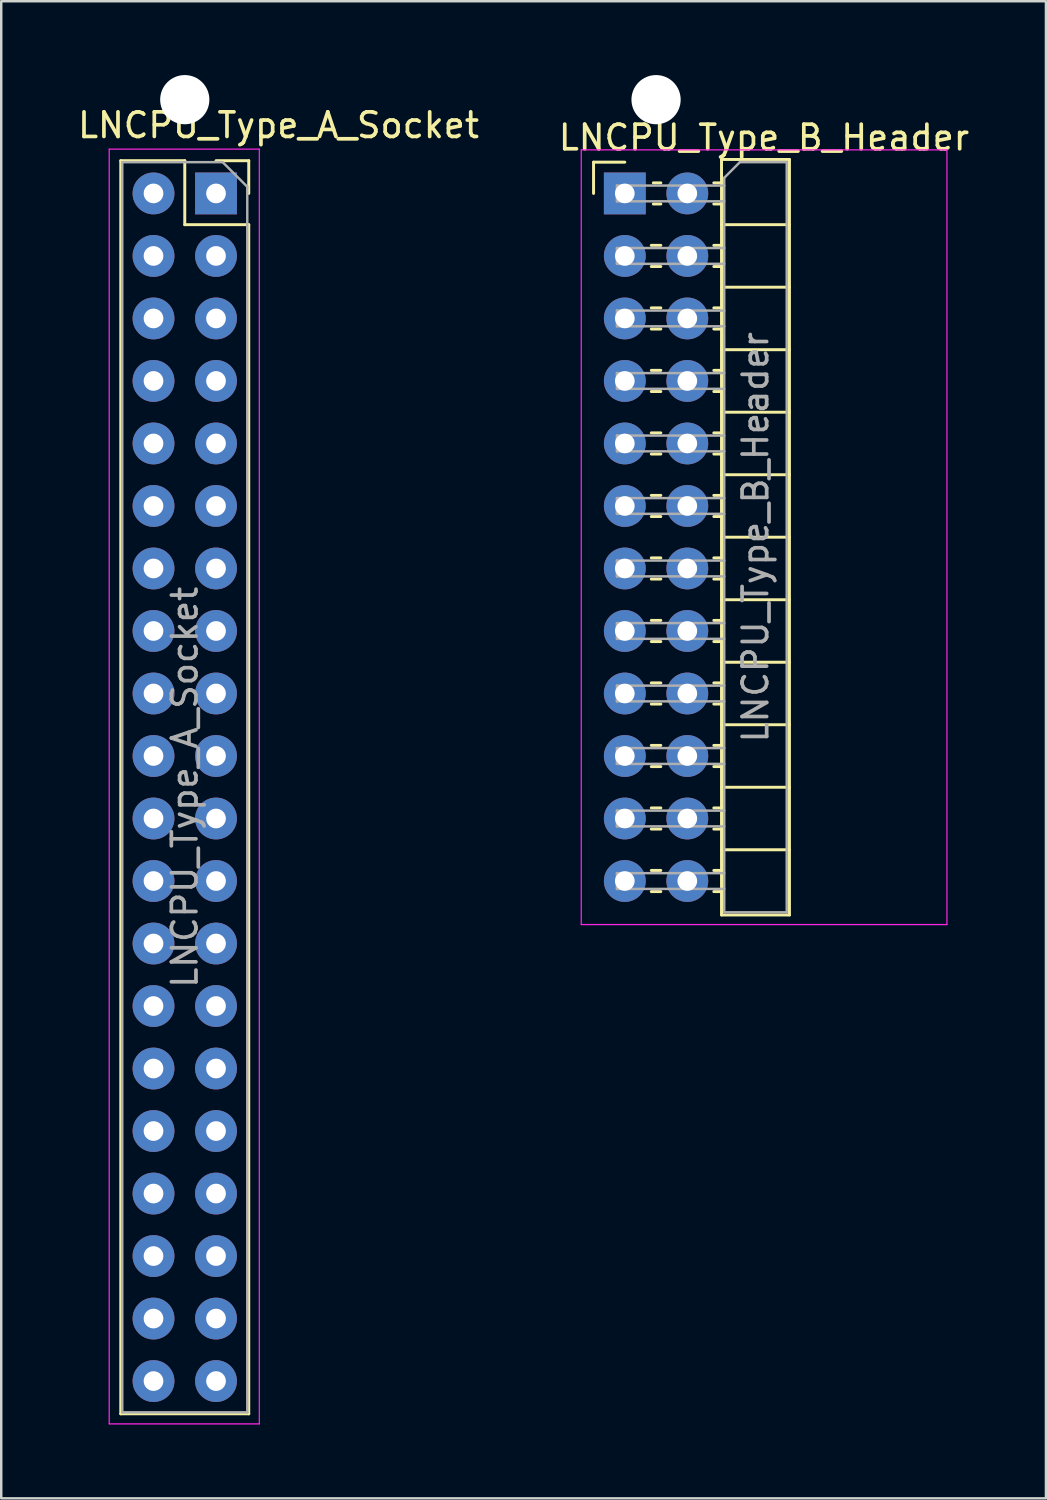
<source format=kicad_pcb>
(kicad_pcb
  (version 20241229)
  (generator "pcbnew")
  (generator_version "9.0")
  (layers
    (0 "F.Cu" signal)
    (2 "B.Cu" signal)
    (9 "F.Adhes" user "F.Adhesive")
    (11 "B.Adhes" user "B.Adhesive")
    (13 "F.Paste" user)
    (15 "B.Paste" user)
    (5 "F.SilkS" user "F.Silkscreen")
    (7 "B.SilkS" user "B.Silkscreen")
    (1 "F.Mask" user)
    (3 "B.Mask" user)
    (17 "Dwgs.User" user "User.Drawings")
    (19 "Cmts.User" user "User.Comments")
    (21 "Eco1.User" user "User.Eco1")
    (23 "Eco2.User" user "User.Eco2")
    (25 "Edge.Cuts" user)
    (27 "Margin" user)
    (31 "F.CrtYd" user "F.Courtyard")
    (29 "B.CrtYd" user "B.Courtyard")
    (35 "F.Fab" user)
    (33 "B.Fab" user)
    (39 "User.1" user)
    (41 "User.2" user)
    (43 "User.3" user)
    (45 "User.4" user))
  (footprint "LNCPU_Type_A_Socket"
    (layer "F.Cu")
    (at 5.728 4.81)
    (property "Reference" "LNCPU_Type_A_Socket" (at 2.54 -2.77 0) (layer "F.SilkS") (effects (font (size 1 1) (thickness 0.15))))
    (attr through_hole)
    (fp_line (start -3.87 -1.33) (end -3.87 49.59) (stroke (width 0.12) (type solid)) (layer "F.SilkS"))
    (fp_line (start -3.87 -1.33) (end -1.27 -1.33) (stroke (width 0.12) (type solid)) (layer "F.SilkS"))
    (fp_line (start -3.87 49.59) (end 1.33 49.59) (stroke (width 0.12) (type solid)) (layer "F.SilkS"))
    (fp_line (start -1.27 -1.33) (end -1.27 1.27) (stroke (width 0.12) (type solid)) (layer "F.SilkS"))
    (fp_line (start -1.27 1.27) (end 1.33 1.27) (stroke (width 0.12) (type solid)) (layer "F.SilkS"))
    (fp_line (start 0 -1.33) (end 1.33 -1.33) (stroke (width 0.12) (type solid)) (layer "F.SilkS"))
    (fp_line (start 1.33 -1.33) (end 1.33 0) (stroke (width 0.12) (type solid)) (layer "F.SilkS"))
    (fp_line (start 1.33 1.27) (end 1.33 49.59) (stroke (width 0.12) (type solid)) (layer "F.SilkS"))
    (fp_line (start -4.34 -1.8) (end 1.76 -1.8) (stroke (width 0.05) (type solid)) (layer "F.CrtYd"))
    (fp_line (start -4.34 50) (end -4.34 -1.8) (stroke (width 0.05) (type solid)) (layer "F.CrtYd"))
    (fp_line (start 1.76 -1.8) (end 1.76 50) (stroke (width 0.05) (type solid)) (layer "F.CrtYd"))
    (fp_line (start 1.76 50) (end -4.34 50) (stroke (width 0.05) (type solid)) (layer "F.CrtYd"))
    (fp_line (start -3.81 -1.27) (end 0.27 -1.27) (stroke (width 0.1) (type solid)) (layer "F.Fab"))
    (fp_line (start -3.81 49.53) (end -3.81 -1.27) (stroke (width 0.1) (type solid)) (layer "F.Fab"))
    (fp_line (start 0.27 -1.27) (end 1.27 -0.27) (stroke (width 0.1) (type solid)) (layer "F.Fab"))
    (fp_line (start 1.27 -0.27) (end 1.27 49.53) (stroke (width 0.1) (type solid)) (layer "F.Fab"))
    (fp_line (start 1.27 49.53) (end -3.81 49.53) (stroke (width 0.1) (type solid)) (layer "F.Fab"))
    (fp_text user "${REFERENCE}" (at -1.27 24.13 90) (layer "F.Fab") (effects (font (size 1 1) (thickness 0.15))))
    (pad "" np_thru_hole circle (at -1.27 -3.81) (size 2 2) (drill 2) (layers "*.Cu" "*.Mask"))
    (pad "1" thru_hole rect (at 0 0) (size 1.7 1.7) (drill 0.8) (layers "*.Cu" "*.Mask"))
    (pad "2" thru_hole oval (at -2.54 0) (size 1.7 1.7) (drill 0.8) (layers "*.Cu" "*.Mask"))
    (pad "3" thru_hole oval (at 0 2.54) (size 1.7 1.7) (drill 0.8) (layers "*.Cu" "*.Mask"))
    (pad "4" thru_hole oval (at -2.54 2.54) (size 1.7 1.7) (drill 0.8) (layers "*.Cu" "*.Mask"))
    (pad "5" thru_hole oval (at 0 5.08) (size 1.7 1.7) (drill 0.8) (layers "*.Cu" "*.Mask"))
    (pad "6" thru_hole oval (at -2.54 5.08) (size 1.7 1.7) (drill 0.8) (layers "*.Cu" "*.Mask"))
    (pad "7" thru_hole oval (at 0 7.62) (size 1.7 1.7) (drill 0.8) (layers "*.Cu" "*.Mask"))
    (pad "8" thru_hole oval (at -2.54 7.62) (size 1.7 1.7) (drill 0.8) (layers "*.Cu" "*.Mask"))
    (pad "9" thru_hole oval (at 0 10.16) (size 1.7 1.7) (drill 0.8) (layers "*.Cu" "*.Mask"))
    (pad "10" thru_hole oval (at -2.54 10.16) (size 1.7 1.7) (drill 0.8) (layers "*.Cu" "*.Mask"))
    (pad "11" thru_hole oval (at 0 12.7) (size 1.7 1.7) (drill 0.8) (layers "*.Cu" "*.Mask"))
    (pad "12" thru_hole oval (at -2.54 12.7) (size 1.7 1.7) (drill 0.8) (layers "*.Cu" "*.Mask"))
    (pad "13" thru_hole oval (at 0 15.24) (size 1.7 1.7) (drill 0.8) (layers "*.Cu" "*.Mask"))
    (pad "14" thru_hole oval (at -2.54 15.24) (size 1.7 1.7) (drill 0.8) (layers "*.Cu" "*.Mask"))
    (pad "15" thru_hole oval (at 0 17.78) (size 1.7 1.7) (drill 0.8) (layers "*.Cu" "*.Mask"))
    (pad "16" thru_hole oval (at -2.54 17.78) (size 1.7 1.7) (drill 0.8) (layers "*.Cu" "*.Mask"))
    (pad "17" thru_hole oval (at 0 20.32) (size 1.7 1.7) (drill 0.8) (layers "*.Cu" "*.Mask"))
    (pad "18" thru_hole oval (at -2.54 20.32) (size 1.7 1.7) (drill 0.8) (layers "*.Cu" "*.Mask"))
    (pad "19" thru_hole oval (at 0 22.86) (size 1.7 1.7) (drill 0.8) (layers "*.Cu" "*.Mask"))
    (pad "20" thru_hole oval (at -2.54 22.86) (size 1.7 1.7) (drill 0.8) (layers "*.Cu" "*.Mask"))
    (pad "21" thru_hole oval (at 0 25.4) (size 1.7 1.7) (drill 0.8) (layers "*.Cu" "*.Mask"))
    (pad "22" thru_hole oval (at -2.54 25.4) (size 1.7 1.7) (drill 0.8) (layers "*.Cu" "*.Mask"))
    (pad "23" thru_hole oval (at 0 27.94) (size 1.7 1.7) (drill 0.8) (layers "*.Cu" "*.Mask"))
    (pad "24" thru_hole oval (at -2.54 27.94) (size 1.7 1.7) (drill 0.8) (layers "*.Cu" "*.Mask"))
    (pad "25" thru_hole oval (at 0 30.48) (size 1.7 1.7) (drill 0.8) (layers "*.Cu" "*.Mask"))
    (pad "26" thru_hole oval (at -2.54 30.48) (size 1.7 1.7) (drill 0.8) (layers "*.Cu" "*.Mask"))
    (pad "27" thru_hole oval (at 0 33.02) (size 1.7 1.7) (drill 0.8) (layers "*.Cu" "*.Mask"))
    (pad "28" thru_hole oval (at -2.54 33.02) (size 1.7 1.7) (drill 0.8) (layers "*.Cu" "*.Mask"))
    (pad "29" thru_hole oval (at 0 35.56) (size 1.7 1.7) (drill 0.8) (layers "*.Cu" "*.Mask"))
    (pad "30" thru_hole oval (at -2.54 35.56) (size 1.7 1.7) (drill 0.8) (layers "*.Cu" "*.Mask"))
    (pad "31" thru_hole oval (at 0 38.1) (size 1.7 1.7) (drill 0.8) (layers "*.Cu" "*.Mask"))
    (pad "32" thru_hole oval (at -2.54 38.1) (size 1.7 1.7) (drill 0.8) (layers "*.Cu" "*.Mask"))
    (pad "33" thru_hole oval (at 0 40.64) (size 1.7 1.7) (drill 0.8) (layers "*.Cu" "*.Mask"))
    (pad "34" thru_hole oval (at -2.54 40.64) (size 1.7 1.7) (drill 0.8) (layers "*.Cu" "*.Mask"))
    (pad "35" thru_hole oval (at 0 43.18) (size 1.7 1.7) (drill 0.8) (layers "*.Cu" "*.Mask"))
    (pad "36" thru_hole oval (at -2.54 43.18) (size 1.7 1.7) (drill 0.8) (layers "*.Cu" "*.Mask"))
    (pad "37" thru_hole oval (at 0 45.72) (size 1.7 1.7) (drill 0.8) (layers "*.Cu" "*.Mask"))
    (pad "38" thru_hole oval (at -2.54 45.72) (size 1.7 1.7) (drill 0.8) (layers "*.Cu" "*.Mask"))
    (pad "39" thru_hole oval (at 0 48.26) (size 1.7 1.7) (drill 0.8) (layers "*.Cu" "*.Mask"))
    (pad "40" thru_hole oval (at -2.54 48.26) (size 1.7 1.7) (drill 0.8) (layers "*.Cu" "*.Mask")))
  (footprint "LNCPU_Type_B_Header"
    (layer "F.Cu")
    (at 22.339 4.81)
    (property "Reference" "LNCPU_Type_B_Header" (at 5.655 -2.27 0) (layer "F.SilkS") (effects (font (size 1 1) (thickness 0.15))))
    (attr through_hole)
    (fp_line (start -1.27 -1.27) (end 0 -1.27) (stroke (width 0.12) (type solid)) (layer "F.SilkS"))
    (fp_line (start -1.27 0) (end -1.27 -1.27) (stroke (width 0.12) (type solid)) (layer "F.SilkS"))
    (fp_line (start 1.077 2.11) (end 1.463 2.11) (stroke (width 0.12) (type solid)) (layer "F.SilkS"))
    (fp_line (start 1.077 2.97) (end 1.463 2.97) (stroke (width 0.12) (type solid)) (layer "F.SilkS"))
    (fp_line (start 1.077 4.65) (end 1.463 4.65) (stroke (width 0.12) (type solid)) (layer "F.SilkS"))
    (fp_line (start 1.077 5.51) (end 1.463 5.51) (stroke (width 0.12) (type solid)) (layer "F.SilkS"))
    (fp_line (start 1.077 7.19) (end 1.463 7.19) (stroke (width 0.12) (type solid)) (layer "F.SilkS"))
    (fp_line (start 1.077 8.05) (end 1.463 8.05) (stroke (width 0.12) (type solid)) (layer "F.SilkS"))
    (fp_line (start 1.077 9.73) (end 1.463 9.73) (stroke (width 0.12) (type solid)) (layer "F.SilkS"))
    (fp_line (start 1.077 10.59) (end 1.463 10.59) (stroke (width 0.12) (type solid)) (layer "F.SilkS"))
    (fp_line (start 1.077 12.27) (end 1.463 12.27) (stroke (width 0.12) (type solid)) (layer "F.SilkS"))
    (fp_line (start 1.077 13.13) (end 1.463 13.13) (stroke (width 0.12) (type solid)) (layer "F.SilkS"))
    (fp_line (start 1.077 14.81) (end 1.463 14.81) (stroke (width 0.12) (type solid)) (layer "F.SilkS"))
    (fp_line (start 1.077 15.67) (end 1.463 15.67) (stroke (width 0.12) (type solid)) (layer "F.SilkS"))
    (fp_line (start 1.077 17.35) (end 1.463 17.35) (stroke (width 0.12) (type solid)) (layer "F.SilkS"))
    (fp_line (start 1.077 18.21) (end 1.463 18.21) (stroke (width 0.12) (type solid)) (layer "F.SilkS"))
    (fp_line (start 1.077 19.89) (end 1.463 19.89) (stroke (width 0.12) (type solid)) (layer "F.SilkS"))
    (fp_line (start 1.077 20.75) (end 1.463 20.75) (stroke (width 0.12) (type solid)) (layer "F.SilkS"))
    (fp_line (start 1.077 22.43) (end 1.463 22.43) (stroke (width 0.12) (type solid)) (layer "F.SilkS"))
    (fp_line (start 1.077 23.29) (end 1.463 23.29) (stroke (width 0.12) (type solid)) (layer "F.SilkS"))
    (fp_line (start 1.077 24.97) (end 1.463 24.97) (stroke (width 0.12) (type solid)) (layer "F.SilkS"))
    (fp_line (start 1.077 25.83) (end 1.463 25.83) (stroke (width 0.12) (type solid)) (layer "F.SilkS"))
    (fp_line (start 1.077 27.51) (end 1.463 27.51) (stroke (width 0.12) (type solid)) (layer "F.SilkS"))
    (fp_line (start 1.077 28.37) (end 1.463 28.37) (stroke (width 0.12) (type solid)) (layer "F.SilkS"))
    (fp_line (start 1.16 -0.43) (end 1.463 -0.43) (stroke (width 0.12) (type solid)) (layer "F.SilkS"))
    (fp_line (start 1.16 0.43) (end 1.463 0.43) (stroke (width 0.12) (type solid)) (layer "F.SilkS"))
    (fp_line (start 3.617 -0.43) (end 3.93 -0.43) (stroke (width 0.12) (type solid)) (layer "F.SilkS"))
    (fp_line (start 3.617 0.43) (end 3.93 0.43) (stroke (width 0.12) (type solid)) (layer "F.SilkS"))
    (fp_line (start 3.617 2.11) (end 3.93 2.11) (stroke (width 0.12) (type solid)) (layer "F.SilkS"))
    (fp_line (start 3.617 2.97) (end 3.93 2.97) (stroke (width 0.12) (type solid)) (layer "F.SilkS"))
    (fp_line (start 3.617 4.65) (end 3.93 4.65) (stroke (width 0.12) (type solid)) (layer "F.SilkS"))
    (fp_line (start 3.617 5.51) (end 3.93 5.51) (stroke (width 0.12) (type solid)) (layer "F.SilkS"))
    (fp_line (start 3.617 7.19) (end 3.93 7.19) (stroke (width 0.12) (type solid)) (layer "F.SilkS"))
    (fp_line (start 3.617 8.05) (end 3.93 8.05) (stroke (width 0.12) (type solid)) (layer "F.SilkS"))
    (fp_line (start 3.617 9.73) (end 3.93 9.73) (stroke (width 0.12) (type solid)) (layer "F.SilkS"))
    (fp_line (start 3.617 10.59) (end 3.93 10.59) (stroke (width 0.12) (type solid)) (layer "F.SilkS"))
    (fp_line (start 3.617 12.27) (end 3.93 12.27) (stroke (width 0.12) (type solid)) (layer "F.SilkS"))
    (fp_line (start 3.617 13.13) (end 3.93 13.13) (stroke (width 0.12) (type solid)) (layer "F.SilkS"))
    (fp_line (start 3.617 14.81) (end 3.93 14.81) (stroke (width 0.12) (type solid)) (layer "F.SilkS"))
    (fp_line (start 3.617 15.67) (end 3.93 15.67) (stroke (width 0.12) (type solid)) (layer "F.SilkS"))
    (fp_line (start 3.617 17.35) (end 3.93 17.35) (stroke (width 0.12) (type solid)) (layer "F.SilkS"))
    (fp_line (start 3.617 18.21) (end 3.93 18.21) (stroke (width 0.12) (type solid)) (layer "F.SilkS"))
    (fp_line (start 3.617 19.89) (end 3.93 19.89) (stroke (width 0.12) (type solid)) (layer "F.SilkS"))
    (fp_line (start 3.617 20.75) (end 3.93 20.75) (stroke (width 0.12) (type solid)) (layer "F.SilkS"))
    (fp_line (start 3.617 22.43) (end 3.93 22.43) (stroke (width 0.12) (type solid)) (layer "F.SilkS"))
    (fp_line (start 3.617 23.29) (end 3.93 23.29) (stroke (width 0.12) (type solid)) (layer "F.SilkS"))
    (fp_line (start 3.617 24.97) (end 3.93 24.97) (stroke (width 0.12) (type solid)) (layer "F.SilkS"))
    (fp_line (start 3.617 25.83) (end 3.93 25.83) (stroke (width 0.12) (type solid)) (layer "F.SilkS"))
    (fp_line (start 3.617 27.51) (end 3.93 27.51) (stroke (width 0.12) (type solid)) (layer "F.SilkS"))
    (fp_line (start 3.617 28.37) (end 3.93 28.37) (stroke (width 0.12) (type solid)) (layer "F.SilkS"))
    (fp_line (start 3.93 -1.38) (end 3.93 29.32) (stroke (width 0.12) (type solid)) (layer "F.SilkS"))
    (fp_line (start 3.93 1.27) (end 6.69 1.27) (stroke (width 0.12) (type solid)) (layer "F.SilkS"))
    (fp_line (start 3.93 3.81) (end 6.69 3.81) (stroke (width 0.12) (type solid)) (layer "F.SilkS"))
    (fp_line (start 3.93 6.35) (end 6.69 6.35) (stroke (width 0.12) (type solid)) (layer "F.SilkS"))
    (fp_line (start 3.93 8.89) (end 6.69 8.89) (stroke (width 0.12) (type solid)) (layer "F.SilkS"))
    (fp_line (start 3.93 11.43) (end 6.69 11.43) (stroke (width 0.12) (type solid)) (layer "F.SilkS"))
    (fp_line (start 3.93 13.97) (end 6.69 13.97) (stroke (width 0.12) (type solid)) (layer "F.SilkS"))
    (fp_line (start 3.93 16.51) (end 6.69 16.51) (stroke (width 0.12) (type solid)) (layer "F.SilkS"))
    (fp_line (start 3.93 19.05) (end 6.69 19.05) (stroke (width 0.12) (type solid)) (layer "F.SilkS"))
    (fp_line (start 3.93 21.59) (end 6.69 21.59) (stroke (width 0.12) (type solid)) (layer "F.SilkS"))
    (fp_line (start 3.93 24.13) (end 6.69 24.13) (stroke (width 0.12) (type solid)) (layer "F.SilkS"))
    (fp_line (start 3.93 26.67) (end 6.69 26.67) (stroke (width 0.12) (type solid)) (layer "F.SilkS"))
    (fp_line (start 3.93 29.32) (end 6.69 29.32) (stroke (width 0.12) (type solid)) (layer "F.SilkS"))
    (fp_line (start 6.69 -1.38) (end 3.93 -1.38) (stroke (width 0.12) (type solid)) (layer "F.SilkS"))
    (fp_line (start 6.69 29.32) (end 6.69 -1.38) (stroke (width 0.12) (type solid)) (layer "F.SilkS"))
    (fp_line (start -1.77 -1.77) (end -1.77 29.71) (stroke (width 0.05) (type solid)) (layer "F.CrtYd"))
    (fp_line (start -1.77 29.71) (end 13.09 29.71) (stroke (width 0.05) (type solid)) (layer "F.CrtYd"))
    (fp_line (start 13.09 -1.77) (end -1.77 -1.77) (stroke (width 0.05) (type solid)) (layer "F.CrtYd"))
    (fp_line (start 13.09 29.71) (end 13.09 -1.77) (stroke (width 0.05) (type solid)) (layer "F.CrtYd"))
    (fp_line (start -0.32 -0.32) (end -0.32 0.32) (stroke (width 0.1) (type solid)) (layer "F.Fab"))
    (fp_line (start -0.32 -0.32) (end 4.04 -0.32) (stroke (width 0.1) (type solid)) (layer "F.Fab"))
    (fp_line (start -0.32 0.32) (end 4.04 0.32) (stroke (width 0.1) (type solid)) (layer "F.Fab"))
    (fp_line (start -0.32 2.22) (end -0.32 2.86) (stroke (width 0.1) (type solid)) (layer "F.Fab"))
    (fp_line (start -0.32 2.22) (end 4.04 2.22) (stroke (width 0.1) (type solid)) (layer "F.Fab"))
    (fp_line (start -0.32 2.86) (end 4.04 2.86) (stroke (width 0.1) (type solid)) (layer "F.Fab"))
    (fp_line (start -0.32 4.76) (end -0.32 5.4) (stroke (width 0.1) (type solid)) (layer "F.Fab"))
    (fp_line (start -0.32 4.76) (end 4.04 4.76) (stroke (width 0.1) (type solid)) (layer "F.Fab"))
    (fp_line (start -0.32 5.4) (end 4.04 5.4) (stroke (width 0.1) (type solid)) (layer "F.Fab"))
    (fp_line (start -0.32 7.3) (end -0.32 7.94) (stroke (width 0.1) (type solid)) (layer "F.Fab"))
    (fp_line (start -0.32 7.3) (end 4.04 7.3) (stroke (width 0.1) (type solid)) (layer "F.Fab"))
    (fp_line (start -0.32 7.94) (end 4.04 7.94) (stroke (width 0.1) (type solid)) (layer "F.Fab"))
    (fp_line (start -0.32 9.84) (end -0.32 10.48) (stroke (width 0.1) (type solid)) (layer "F.Fab"))
    (fp_line (start -0.32 9.84) (end 4.04 9.84) (stroke (width 0.1) (type solid)) (layer "F.Fab"))
    (fp_line (start -0.32 10.48) (end 4.04 10.48) (stroke (width 0.1) (type solid)) (layer "F.Fab"))
    (fp_line (start -0.32 12.38) (end -0.32 13.02) (stroke (width 0.1) (type solid)) (layer "F.Fab"))
    (fp_line (start -0.32 12.38) (end 4.04 12.38) (stroke (width 0.1) (type solid)) (layer "F.Fab"))
    (fp_line (start -0.32 13.02) (end 4.04 13.02) (stroke (width 0.1) (type solid)) (layer "F.Fab"))
    (fp_line (start -0.32 14.92) (end -0.32 15.56) (stroke (width 0.1) (type solid)) (layer "F.Fab"))
    (fp_line (start -0.32 14.92) (end 4.04 14.92) (stroke (width 0.1) (type solid)) (layer "F.Fab"))
    (fp_line (start -0.32 15.56) (end 4.04 15.56) (stroke (width 0.1) (type solid)) (layer "F.Fab"))
    (fp_line (start -0.32 17.46) (end -0.32 18.1) (stroke (width 0.1) (type solid)) (layer "F.Fab"))
    (fp_line (start -0.32 17.46) (end 4.04 17.46) (stroke (width 0.1) (type solid)) (layer "F.Fab"))
    (fp_line (start -0.32 18.1) (end 4.04 18.1) (stroke (width 0.1) (type solid)) (layer "F.Fab"))
    (fp_line (start -0.32 20) (end -0.32 20.64) (stroke (width 0.1) (type solid)) (layer "F.Fab"))
    (fp_line (start -0.32 20) (end 4.04 20) (stroke (width 0.1) (type solid)) (layer "F.Fab"))
    (fp_line (start -0.32 20.64) (end 4.04 20.64) (stroke (width 0.1) (type solid)) (layer "F.Fab"))
    (fp_line (start -0.32 22.54) (end -0.32 23.18) (stroke (width 0.1) (type solid)) (layer "F.Fab"))
    (fp_line (start -0.32 22.54) (end 4.04 22.54) (stroke (width 0.1) (type solid)) (layer "F.Fab"))
    (fp_line (start -0.32 23.18) (end 4.04 23.18) (stroke (width 0.1) (type solid)) (layer "F.Fab"))
    (fp_line (start -0.32 25.08) (end -0.32 25.72) (stroke (width 0.1) (type solid)) (layer "F.Fab"))
    (fp_line (start -0.32 25.08) (end 4.04 25.08) (stroke (width 0.1) (type solid)) (layer "F.Fab"))
    (fp_line (start -0.32 25.72) (end 4.04 25.72) (stroke (width 0.1) (type solid)) (layer "F.Fab"))
    (fp_line (start -0.32 27.62) (end -0.32 28.26) (stroke (width 0.1) (type solid)) (layer "F.Fab"))
    (fp_line (start -0.32 27.62) (end 4.04 27.62) (stroke (width 0.1) (type solid)) (layer "F.Fab"))
    (fp_line (start -0.32 28.26) (end 4.04 28.26) (stroke (width 0.1) (type solid)) (layer "F.Fab"))
    (fp_line (start 4.04 -0.635) (end 4.675 -1.27) (stroke (width 0.1) (type solid)) (layer "F.Fab"))
    (fp_line (start 4.04 29.21) (end 4.04 -0.635) (stroke (width 0.1) (type solid)) (layer "F.Fab"))
    (fp_line (start 4.675 -1.27) (end 6.58 -1.27) (stroke (width 0.1) (type solid)) (layer "F.Fab"))
    (fp_line (start 6.58 -1.27) (end 6.58 29.21) (stroke (width 0.1) (type solid)) (layer "F.Fab"))
    (fp_line (start 6.58 29.21) (end 4.04 29.21) (stroke (width 0.1) (type solid)) (layer "F.Fab"))
    (fp_text user "${REFERENCE}" (at 5.31 13.97 90) (layer "F.Fab") (effects (font (size 1 1) (thickness 0.15))))
    (pad "" np_thru_hole circle (at 1.27 -3.81) (size 2 2) (drill 2) (layers "*.Cu" "*.Mask"))
    (pad "1" thru_hole rect (at 0 0) (size 1.7 1.7) (drill 0.8) (layers "*.Cu" "*.Mask"))
    (pad "2" thru_hole circle (at 2.54 0) (size 1.7 1.7) (drill 0.8) (layers "*.Cu" "*.Mask"))
    (pad "3" thru_hole circle (at 0 2.54) (size 1.7 1.7) (drill 0.8) (layers "*.Cu" "*.Mask"))
    (pad "4" thru_hole circle (at 2.54 2.54) (size 1.7 1.7) (drill 0.8) (layers "*.Cu" "*.Mask"))
    (pad "5" thru_hole circle (at 0 5.08) (size 1.7 1.7) (drill 0.8) (layers "*.Cu" "*.Mask"))
    (pad "6" thru_hole circle (at 2.54 5.08) (size 1.7 1.7) (drill 0.8) (layers "*.Cu" "*.Mask"))
    (pad "7" thru_hole circle (at 0 7.62) (size 1.7 1.7) (drill 0.8) (layers "*.Cu" "*.Mask"))
    (pad "8" thru_hole circle (at 2.54 7.62) (size 1.7 1.7) (drill 0.8) (layers "*.Cu" "*.Mask"))
    (pad "9" thru_hole circle (at 0 10.16) (size 1.7 1.7) (drill 0.8) (layers "*.Cu" "*.Mask"))
    (pad "10" thru_hole circle (at 2.54 10.16) (size 1.7 1.7) (drill 0.8) (layers "*.Cu" "*.Mask"))
    (pad "11" thru_hole circle (at 0 12.7) (size 1.7 1.7) (drill 0.8) (layers "*.Cu" "*.Mask"))
    (pad "12" thru_hole circle (at 2.54 12.7) (size 1.7 1.7) (drill 0.8) (layers "*.Cu" "*.Mask"))
    (pad "13" thru_hole circle (at 0 15.24) (size 1.7 1.7) (drill 0.8) (layers "*.Cu" "*.Mask"))
    (pad "14" thru_hole circle (at 2.54 15.24) (size 1.7 1.7) (drill 0.8) (layers "*.Cu" "*.Mask"))
    (pad "15" thru_hole circle (at 0 17.78) (size 1.7 1.7) (drill 0.8) (layers "*.Cu" "*.Mask"))
    (pad "16" thru_hole circle (at 2.54 17.78) (size 1.7 1.7) (drill 0.8) (layers "*.Cu" "*.Mask"))
    (pad "17" thru_hole circle (at 0 20.32) (size 1.7 1.7) (drill 0.8) (layers "*.Cu" "*.Mask"))
    (pad "18" thru_hole circle (at 2.54 20.32) (size 1.7 1.7) (drill 0.8) (layers "*.Cu" "*.Mask"))
    (pad "19" thru_hole circle (at 0 22.86) (size 1.7 1.7) (drill 0.8) (layers "*.Cu" "*.Mask"))
    (pad "20" thru_hole circle (at 2.54 22.86) (size 1.7 1.7) (drill 0.8) (layers "*.Cu" "*.Mask"))
    (pad "21" thru_hole circle (at 0 25.4) (size 1.7 1.7) (drill 0.8) (layers "*.Cu" "*.Mask"))
    (pad "22" thru_hole circle (at 2.54 25.4) (size 1.7 1.7) (drill 0.8) (layers "*.Cu" "*.Mask"))
    (pad "23" thru_hole circle (at 0 27.94) (size 1.7 1.7) (drill 0.8) (layers "*.Cu" "*.Mask"))
    (pad "24" thru_hole circle (at 2.54 27.94) (size 1.7 1.7) (drill 0.8) (layers "*.Cu" "*.Mask")))
  (gr_rect
    (start -3 -3)
    (end 39.452 57.835)
    (stroke (width 0.1) (type default))
    (fill no)
    (layer "Edge.Cuts")))
</source>
